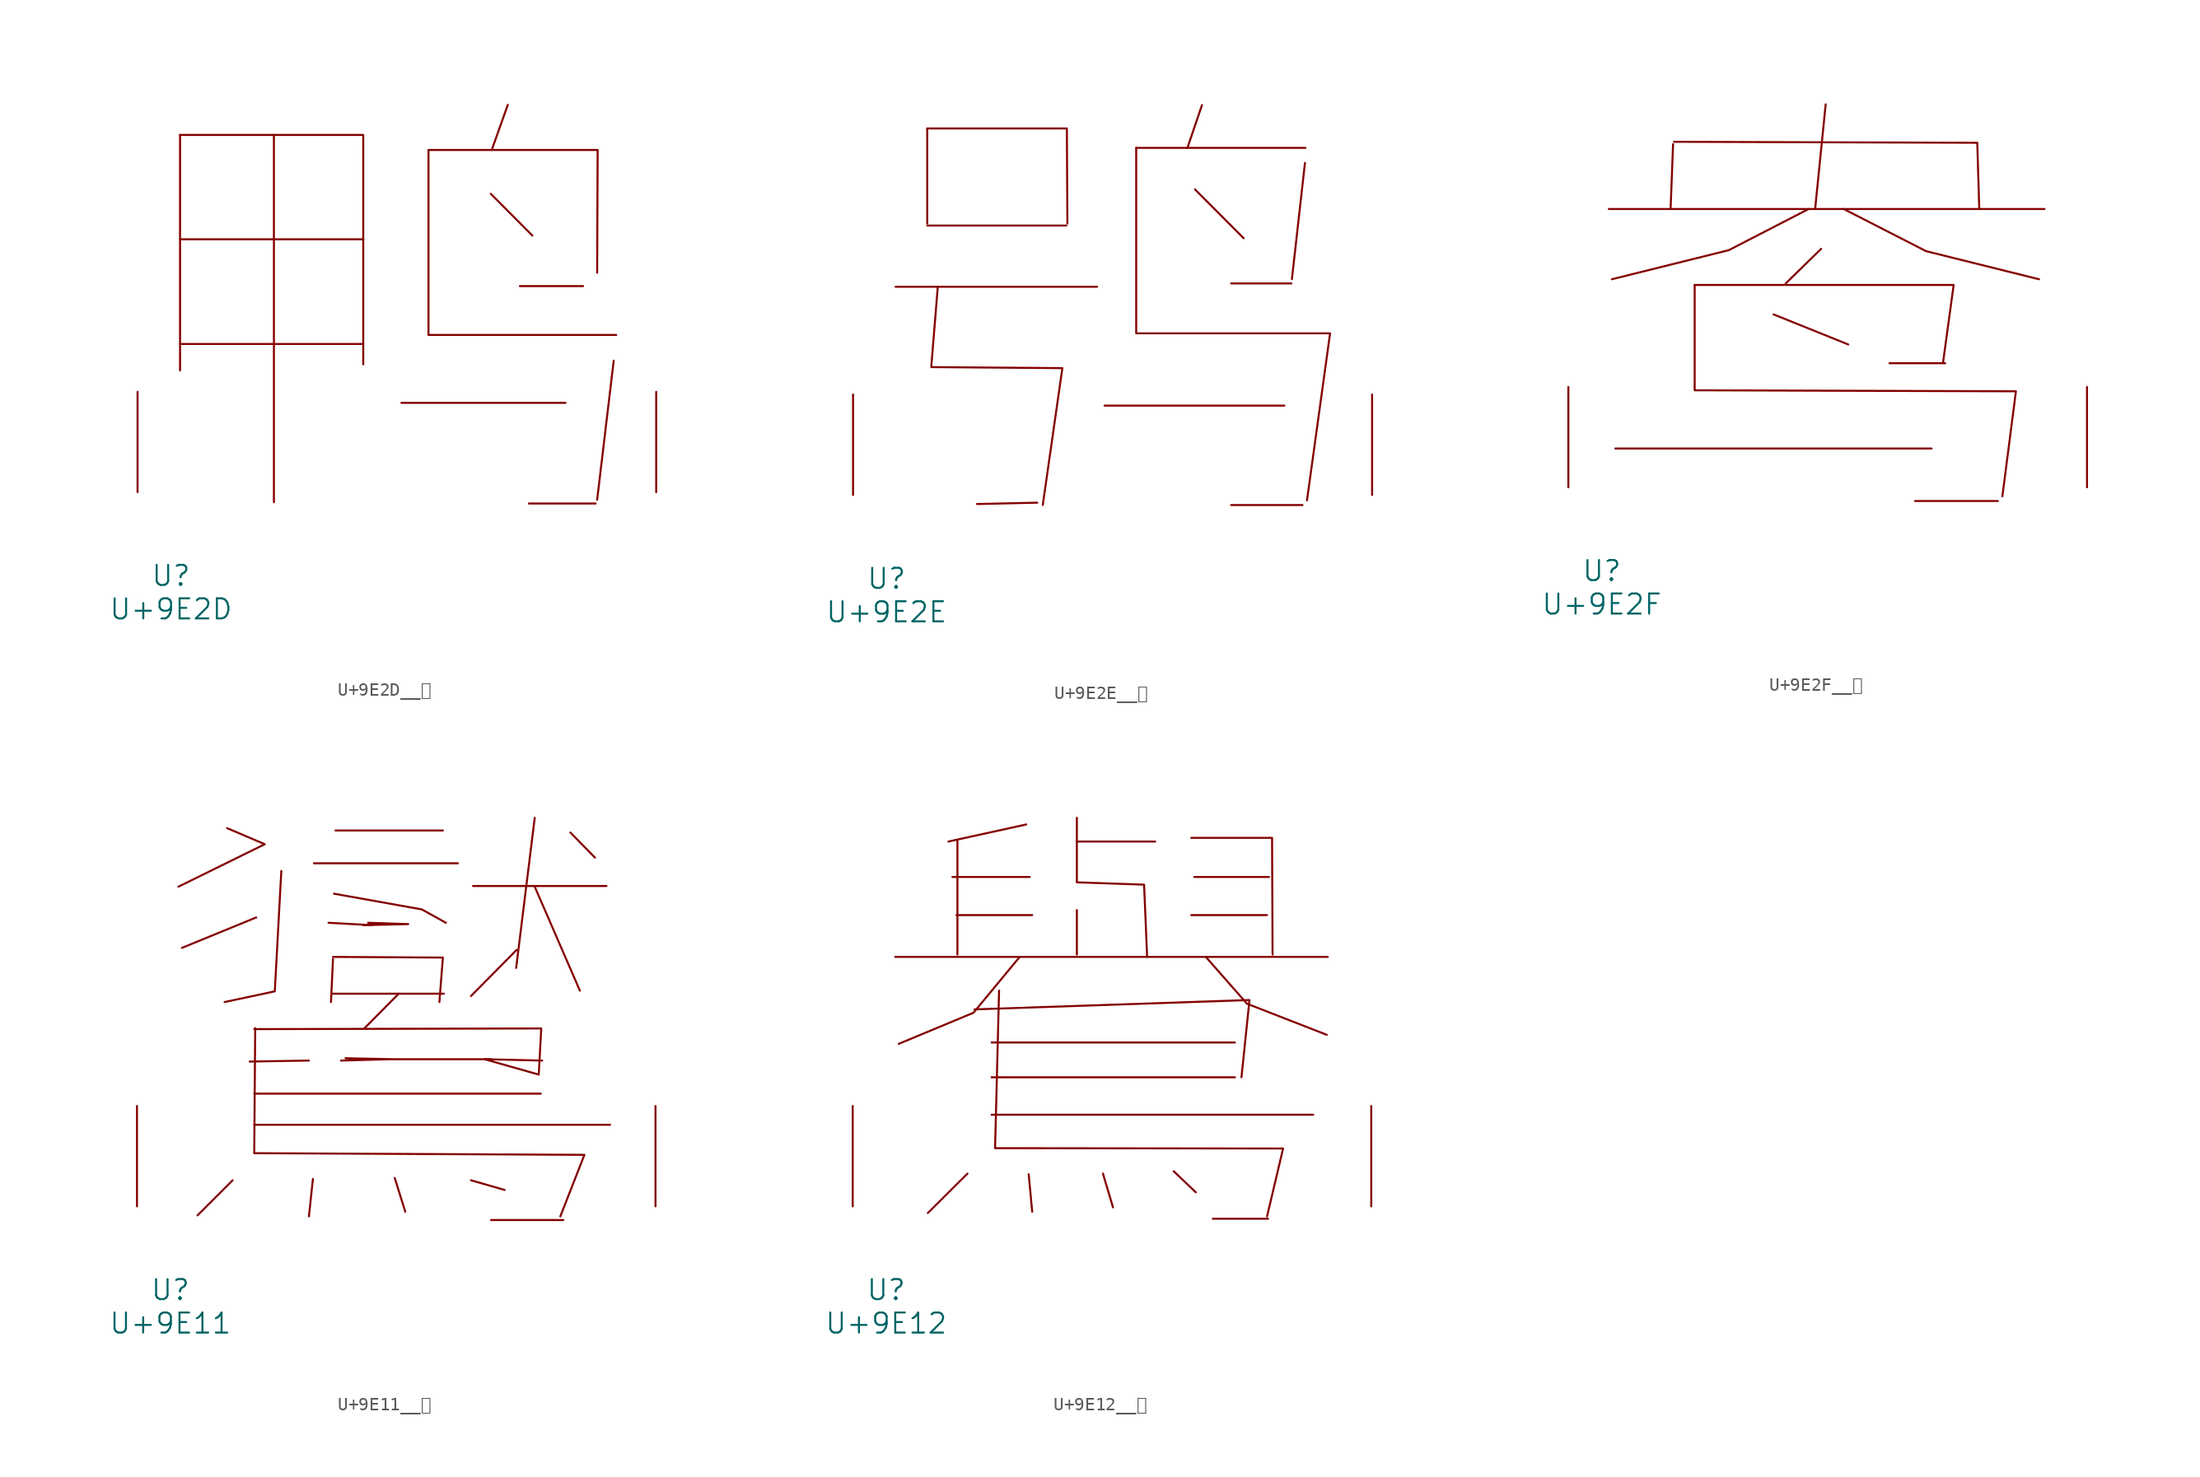
<source format=kicad_sym>
(kicad_symbol_lib
  (version 20231120)
  (generator "kicad_symbol_editor")
  (generator_version "8.0")
  (symbol "U+9E2D__鸭"
    (pin_names
      (offset 1.016))
    (property "Reference" "U"
      (at 0 -6.35 0)
      (effects (font (size 1.524 1.524))))
    (property "Value" "U+9E2D"
      (at 0 -8.89 0)
      (effects (font (size 1.524 1.524))))
    (symbol "U+9E2D__鸭_0_1"
      (polyline (pts (xy 0.686 11.252) (xy 14.592 11.252)) (stroke (width 0) (type solid)) (fill (type none)))
      (polyline (pts (xy 0.686 19.202) (xy 14.592 19.202)) (stroke (width 0) (type solid)) (fill (type none)))
      (polyline (pts (xy 0.686 27.127) (xy 0.686 9.246)) (stroke (width 0) (type solid)) (fill (type none)))
      (polyline (pts (xy 7.811 27.127) (xy 7.811 -0.762)) (stroke (width 0) (type solid)) (fill (type none)))
      (polyline (pts (xy 17.488 6.782) (xy 29.947 6.782)) (stroke (width 0) (type solid)) (fill (type none)))
      (polyline (pts (xy 19.545 11.938) (xy 33.795 11.938)) (stroke (width 0) (type solid)) (fill (type none)))
      (polyline (pts (xy 19.545 25.984) (xy 19.545 11.938)) (stroke (width 0) (type solid)) (fill (type none)))
      (polyline (pts (xy 24.27 22.657) (xy 27.432 19.482)) (stroke (width 0) (type solid)) (fill (type none)))
      (polyline (pts (xy 25.565 29.413) (xy 24.346 25.984)) (stroke (width 0) (type solid)) (fill (type none)))
      (polyline (pts (xy 26.48 15.646) (xy 31.28 15.646)) (stroke (width 0) (type solid)) (fill (type none)))
      (polyline (pts (xy 27.165 -0.864) (xy 32.233 -0.864)) (stroke (width 0) (type solid)) (fill (type none)))
      (polyline (pts (xy 33.604 9.982) (xy 32.347 -0.584)) (stroke (width 0) (type solid)) (fill (type none)))
      (polyline (pts (xy 0.686 27.127) (xy 14.592 27.127) (xy 14.592 9.703)) (stroke (width 0) (type solid)) (fill (type none)))
      (polyline (pts (xy 19.545 25.984) (xy 32.385 25.984) (xy 32.347 16.662)) (stroke (width 0) (type solid)) (fill (type none)))
      (pin input line (at -2.54 0 90) (length 7.62) (name "~" (effects (font (size 1.27 1.27)))) (number "~" (effects (font (size 1.27 1.27)))))
      (pin input line (at 36.83 0 90) (length 7.62) (name "~" (effects (font (size 1.27 1.27)))) (number "~" (effects (font (size 1.27 1.27)))))))
  (symbol "U+9E2E__鸮"
    (pin_names
      (offset 1.016))
    (property "Reference" "U"
      (at 0 -6.35 0)
      (effects (font (size 1.524 1.524))))
    (property "Value" "U+9E2E"
      (at 0 -8.89 0)
      (effects (font (size 1.524 1.524))))
    (symbol "U+9E2E__鸮_0_1"
      (polyline (pts (xy 0.686 15.799) (xy 15.964 15.799)) (stroke (width 0) (type solid)) (fill (type none)))
      (polyline (pts (xy 3.086 20.447) (xy 13.64 20.447)) (stroke (width 0) (type solid)) (fill (type none)))
      (polyline (pts (xy 3.086 27.813) (xy 3.086 20.599)) (stroke (width 0) (type solid)) (fill (type none)))
      (polyline (pts (xy 11.43 -0.584) (xy 6.858 -0.686)) (stroke (width 0) (type solid)) (fill (type none)))
      (polyline (pts (xy 16.535 6.782) (xy 30.175 6.782)) (stroke (width 0) (type solid)) (fill (type none)))
      (polyline (pts (xy 18.936 26.34) (xy 31.775 26.34)) (stroke (width 0) (type solid)) (fill (type none)))
      (polyline (pts (xy 23.393 23.19) (xy 27.089 19.482)) (stroke (width 0) (type solid)) (fill (type none)))
      (polyline (pts (xy 23.927 29.591) (xy 22.822 26.34)) (stroke (width 0) (type solid)) (fill (type none)))
      (polyline (pts (xy 26.137 -0.762) (xy 31.547 -0.762)) (stroke (width 0) (type solid)) (fill (type none)))
      (polyline (pts (xy 26.137 16.053) (xy 30.709 16.053)) (stroke (width 0) (type solid)) (fill (type none)))
      (polyline (pts (xy 31.737 25.197) (xy 30.747 16.383)) (stroke (width 0) (type solid)) (fill (type none)))
      (polyline (pts (xy 3.086 27.813) (xy 13.678 27.813) (xy 13.716 20.599)) (stroke (width 0) (type solid)) (fill (type none)))
      (polyline (pts (xy 3.886 15.799) (xy 3.391 9.703) (xy 13.335 9.627) (xy 11.849 -0.762)) (stroke (width 0) (type solid)) (fill (type none)))
      (polyline (pts (xy 18.936 26.34) (xy 18.936 12.268) (xy 33.642 12.268) (xy 31.89 -0.406)) (stroke (width 0) (type solid)) (fill (type none)))
      (pin input line (at -2.54 0 90) (length 7.62) (name "~" (effects (font (size 1.27 1.27)))) (number "~" (effects (font (size 1.27 1.27)))))
      (pin input line (at 36.83 0 90) (length 7.62) (name "~" (effects (font (size 1.27 1.27)))) (number "~" (effects (font (size 1.27 1.27)))))))
  (symbol "U+9E2F__鸯"
    (pin_names
      (offset 1.016))
    (property "Reference" "U"
      (at 0 -6.35 0)
      (effects (font (size 1.524 1.524))))
    (property "Value" "U+9E2F"
      (at 0 -8.89 0)
      (effects (font (size 1.524 1.524))))
    (symbol "U+9E2F__鸯_0_1"
      (polyline (pts (xy 0.533 21.133) (xy 33.604 21.133)) (stroke (width 0) (type solid)) (fill (type none)))
      (polyline (pts (xy 1.029 2.946) (xy 25.032 2.946)) (stroke (width 0) (type solid)) (fill (type none)))
      (polyline (pts (xy 5.41 26.06) (xy 5.22 21.133)) (stroke (width 0) (type solid)) (fill (type none)))
      (polyline (pts (xy 13.03 13.132) (xy 18.707 10.846)) (stroke (width 0) (type solid)) (fill (type none)))
      (polyline (pts (xy 16.65 18.11) (xy 13.945 15.469)) (stroke (width 0) (type solid)) (fill (type none)))
      (polyline (pts (xy 16.993 29.083) (xy 16.192 21.133)) (stroke (width 0) (type solid)) (fill (type none)))
      (polyline (pts (xy 21.831 9.423) (xy 26.06 9.423)) (stroke (width 0) (type solid)) (fill (type none)))
      (polyline (pts (xy 23.774 -1.041) (xy 30.061 -1.041)) (stroke (width 0) (type solid)) (fill (type none)))
      (polyline (pts (xy 5.486 26.238) (xy 28.499 26.162) (xy 28.651 21.133)) (stroke (width 0) (type solid)) (fill (type none)))
      (polyline (pts (xy 7.048 15.367) (xy 26.708 15.367) (xy 25.908 9.525)) (stroke (width 0) (type solid)) (fill (type none)))
      (polyline (pts (xy 15.697 21.133) (xy 9.639 18.009) (xy 0.762 15.799)) (stroke (width 0) (type solid)) (fill (type none)))
      (polyline (pts (xy 18.364 21.133) (xy 24.613 17.932) (xy 33.185 15.799)) (stroke (width 0) (type solid)) (fill (type none)))
      (polyline (pts (xy 7.048 15.367) (xy 7.048 7.366) (xy 31.433 7.29) (xy 30.404 -0.686)) (stroke (width 0) (type solid)) (fill (type none)))
      (pin input line (at -2.54 0 90) (length 7.62) (name "~" (effects (font (size 1.27 1.27)))) (number "~" (effects (font (size 1.27 1.27)))))
      (pin input line (at 36.83 0 90) (length 7.62) (name "~" (effects (font (size 1.27 1.27)))) (number "~" (effects (font (size 1.27 1.27)))))))
  (symbol "U+9E11__鸑"
    (pin_names
      (offset 1.016))
    (property "Reference" "U"
      (at 0 -6.35 0)
      (effects (font (size 1.524 1.524))))
    (property "Value" "U+9E11"
      (at 0 -8.89 0)
      (effects (font (size 1.524 1.524))))
    (symbol "U+9E11__鸑_0_1"
      (polyline (pts (xy 4.724 1.981) (xy 2.057 -0.686)) (stroke (width 0) (type solid)) (fill (type none)))
      (polyline (pts (xy 6.363 6.198) (xy 33.376 6.198)) (stroke (width 0) (type solid)) (fill (type none)))
      (polyline (pts (xy 6.363 8.56) (xy 28.118 8.56)) (stroke (width 0) (type solid)) (fill (type none)))
      (polyline (pts (xy 6.515 21.946) (xy 0.876 19.634)) (stroke (width 0) (type solid)) (fill (type none)))
      (polyline (pts (xy 10.516 11.074) (xy 6.02 10.998)) (stroke (width 0) (type solid)) (fill (type none)))
      (polyline (pts (xy 10.82 2.083) (xy 10.516 -0.762)) (stroke (width 0) (type solid)) (fill (type none)))
      (polyline (pts (xy 10.897 26.06) (xy 21.831 26.06)) (stroke (width 0) (type solid)) (fill (type none)))
      (polyline (pts (xy 12.344 16.154) (xy 20.765 16.154)) (stroke (width 0) (type solid)) (fill (type none)))
      (polyline (pts (xy 12.344 18.796) (xy 12.192 15.519)) (stroke (width 0) (type solid)) (fill (type none)))
      (polyline (pts (xy 12.535 28.55) (xy 20.688 28.55)) (stroke (width 0) (type solid)) (fill (type none)))
      (polyline (pts (xy 15.278 21.361) (xy 12.002 21.539)) (stroke (width 0) (type solid)) (fill (type none)))
      (polyline (pts (xy 17.031 2.159) (xy 17.831 -0.406)) (stroke (width 0) (type solid)) (fill (type none)))
      (polyline (pts (xy 17.335 16.154) (xy 14.745 13.538)) (stroke (width 0) (type solid)) (fill (type none)))
      (polyline (pts (xy 22.822 1.981) (xy 25.375 1.245)) (stroke (width 0) (type solid)) (fill (type none)))
      (polyline (pts (xy 22.974 24.333) (xy 33.109 24.333)) (stroke (width 0) (type solid)) (fill (type none)))
      (polyline (pts (xy 24.346 -1.041) (xy 29.832 -1.041)) (stroke (width 0) (type solid)) (fill (type none)))
      (polyline (pts (xy 26.289 19.482) (xy 22.822 15.977)) (stroke (width 0) (type solid)) (fill (type none)))
      (polyline (pts (xy 27.661 24.282) (xy 31.09 16.383)) (stroke (width 0) (type solid)) (fill (type none)))
      (polyline (pts (xy 27.661 29.515) (xy 26.251 18.11)) (stroke (width 0) (type solid)) (fill (type none)))
      (polyline (pts (xy 30.366 28.397) (xy 32.233 26.492)) (stroke (width 0) (type solid)) (fill (type none)))
      (polyline (pts (xy 4.305 28.727) (xy 7.163 27.508) (xy 0.61 24.282)) (stroke (width 0) (type solid)) (fill (type none)))
      (polyline (pts (xy 8.42 25.476) (xy 7.925 16.332) (xy 4.115 15.519)) (stroke (width 0) (type solid)) (fill (type none)))
      (polyline (pts (xy 12.344 18.948) (xy 20.688 18.898) (xy 20.422 15.519)) (stroke (width 0) (type solid)) (fill (type none)))
      (polyline (pts (xy 12.421 23.749) (xy 19.088 22.555) (xy 20.917 21.539)) (stroke (width 0) (type solid)) (fill (type none)))
      (polyline (pts (xy 14.63 21.361) (xy 18.059 21.438) (xy 15.011 21.539)) (stroke (width 0) (type solid)) (fill (type none)))
      (polyline (pts (xy 6.439 13.538) (xy 6.363 4.039) (xy 31.433 3.912) (xy 29.604 -0.762)) (stroke (width 0) (type solid)) (fill (type none)))
      (polyline (pts (xy 6.363 13.462) (xy 28.156 13.513) (xy 27.965 10.008) (xy 23.851 11.176) (xy 28.232 11.074)) (stroke (width 0) (type solid)) (fill (type none)))
      (polyline (pts (xy 12.954 11.074) (xy 16.688 11.176) (xy 20.765 11.176) (xy 24.308 11.176) (xy 20.917 11.176) (xy 17.031 11.176) (xy 13.297 11.252)) (stroke (width 0) (type solid)) (fill (type none)))
      (pin input line (at -2.54 0 90) (length 7.62) (name "~" (effects (font (size 1.27 1.27)))) (number "~" (effects (font (size 1.27 1.27)))))
      (pin input line (at 36.83 0 90) (length 7.62) (name "~" (effects (font (size 1.27 1.27)))) (number "~" (effects (font (size 1.27 1.27)))))))
  (symbol "U+9E12__鸒"
    (pin_names
      (offset 1.016))
    (property "Reference" "U"
      (at 0 -6.35 0)
      (effects (font (size 1.524 1.524))))
    (property "Value" "U+9E12"
      (at 0 -8.89 0)
      (effects (font (size 1.524 1.524))))
    (symbol "U+9E12__鸒_0_1"
      (polyline (pts (xy 0.686 18.948) (xy 33.528 18.948)) (stroke (width 0) (type solid)) (fill (type none)))
      (polyline (pts (xy 5.029 25.019) (xy 10.897 25.019)) (stroke (width 0) (type solid)) (fill (type none)))
      (polyline (pts (xy 5.334 22.123) (xy 11.087 22.123)) (stroke (width 0) (type solid)) (fill (type none)))
      (polyline (pts (xy 5.41 27.813) (xy 5.41 19.126)) (stroke (width 0) (type solid)) (fill (type none)))
      (polyline (pts (xy 6.172 2.489) (xy 3.162 -0.508)) (stroke (width 0) (type solid)) (fill (type none)))
      (polyline (pts (xy 8.001 6.96) (xy 32.423 6.96)) (stroke (width 0) (type solid)) (fill (type none)))
      (polyline (pts (xy 8.001 9.804) (xy 26.48 9.804)) (stroke (width 0) (type solid)) (fill (type none)))
      (polyline (pts (xy 8.001 12.446) (xy 26.48 12.446)) (stroke (width 0) (type solid)) (fill (type none)))
      (polyline (pts (xy 10.63 29.007) (xy 4.724 27.711)) (stroke (width 0) (type solid)) (fill (type none)))
      (polyline (pts (xy 10.82 2.438) (xy 11.087 -0.406)) (stroke (width 0) (type solid)) (fill (type none)))
      (polyline (pts (xy 14.478 22.504) (xy 14.478 19.126)) (stroke (width 0) (type solid)) (fill (type none)))
      (polyline (pts (xy 14.478 27.711) (xy 20.422 27.711)) (stroke (width 0) (type solid)) (fill (type none)))
      (polyline (pts (xy 16.459 2.489) (xy 17.221 -0.076)) (stroke (width 0) (type solid)) (fill (type none)))
      (polyline (pts (xy 21.831 2.667) (xy 23.508 1.067)) (stroke (width 0) (type solid)) (fill (type none)))
      (polyline (pts (xy 23.165 22.123) (xy 28.918 22.123)) (stroke (width 0) (type solid)) (fill (type none)))
      (polyline (pts (xy 23.393 25.019) (xy 29.07 25.019)) (stroke (width 0) (type solid)) (fill (type none)))
      (polyline (pts (xy 24.803 -0.94) (xy 28.994 -0.94)) (stroke (width 0) (type solid)) (fill (type none)))
      (polyline (pts (xy 6.706 14.961) (xy 27.584 15.672) (xy 26.975 9.804)) (stroke (width 0) (type solid)) (fill (type none)))
      (polyline (pts (xy 10.135 18.948) (xy 6.629 14.707) (xy 0.953 12.344)) (stroke (width 0) (type solid)) (fill (type none)))
      (polyline (pts (xy 23.165 27.991) (xy 29.299 27.991) (xy 29.337 19.126)) (stroke (width 0) (type solid)) (fill (type none)))
      (polyline (pts (xy 24.27 18.948) (xy 27.394 15.392) (xy 33.452 13.03)) (stroke (width 0) (type solid)) (fill (type none)))
      (polyline (pts (xy 8.572 16.383) (xy 8.268 4.42) (xy 30.137 4.394) (xy 28.918 -0.762)) (stroke (width 0) (type solid)) (fill (type none)))
      (polyline (pts (xy 14.478 29.515) (xy 14.478 24.613) (xy 19.583 24.435) (xy 19.812 18.948)) (stroke (width 0) (type solid)) (fill (type none)))
      (pin input line (at -2.54 0 90) (length 7.62) (name "~" (effects (font (size 1.27 1.27)))) (number "~" (effects (font (size 1.27 1.27)))))
      (pin input line (at 36.83 0 90) (length 7.62) (name "~" (effects (font (size 1.27 1.27)))) (number "~" (effects (font (size 1.27 1.27))))))))
</source>
